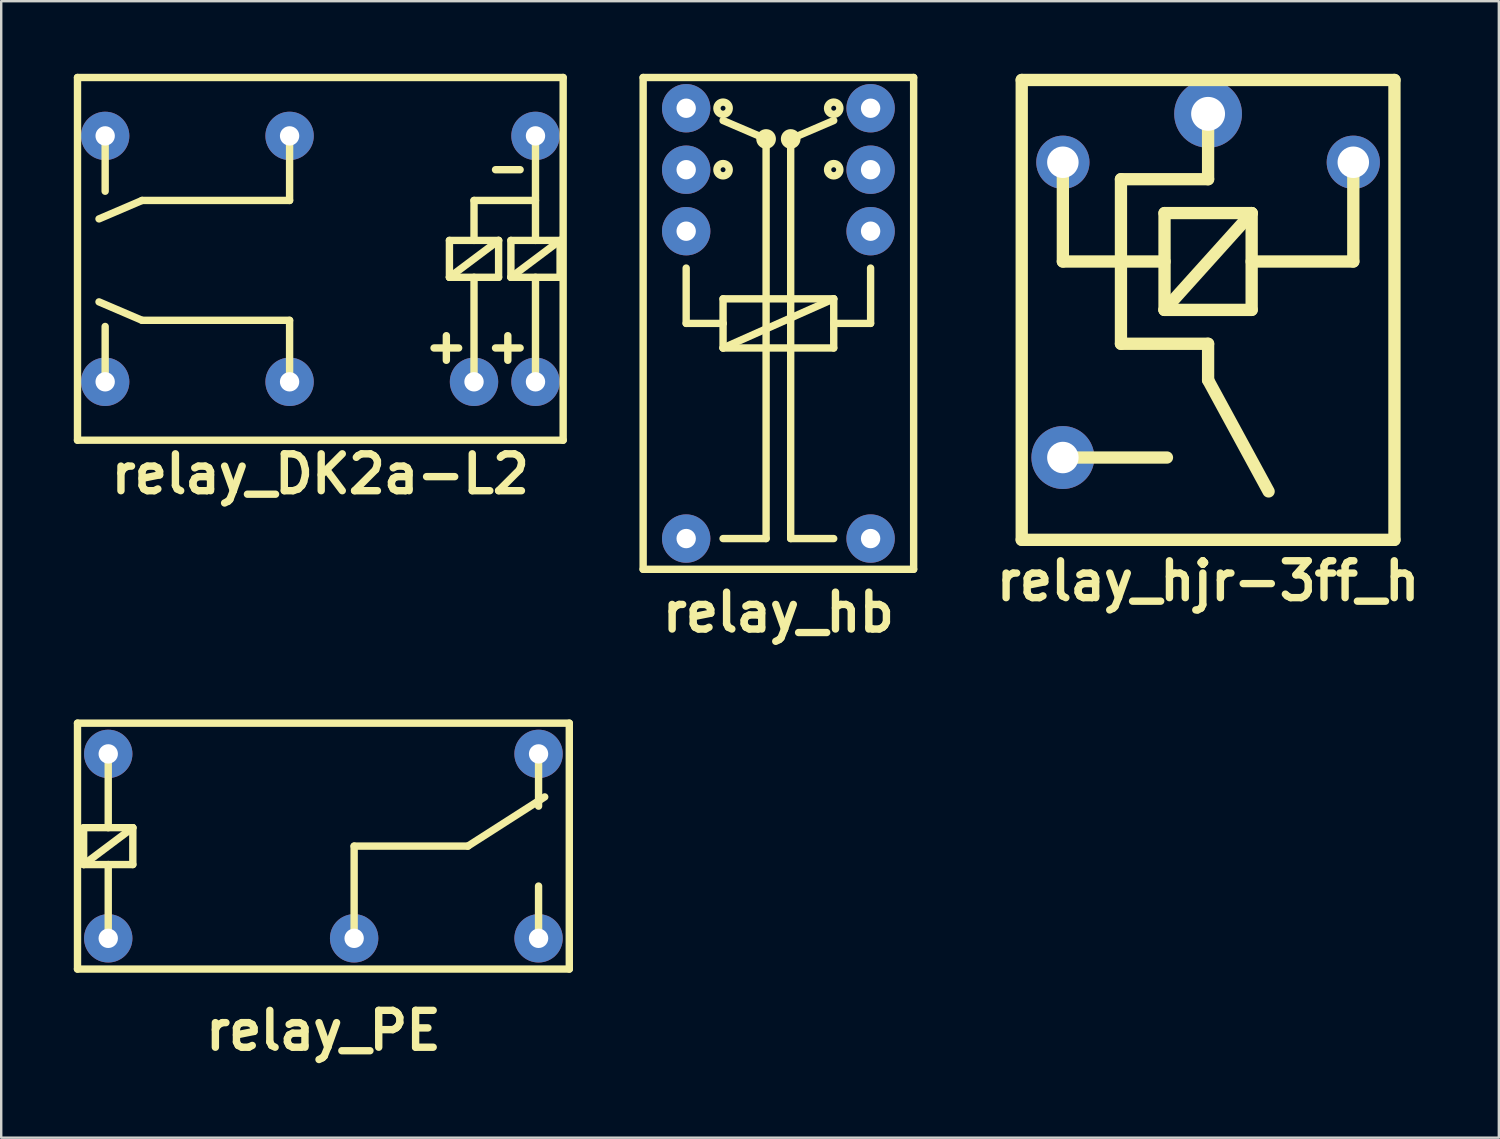
<source format=kicad_pcb>
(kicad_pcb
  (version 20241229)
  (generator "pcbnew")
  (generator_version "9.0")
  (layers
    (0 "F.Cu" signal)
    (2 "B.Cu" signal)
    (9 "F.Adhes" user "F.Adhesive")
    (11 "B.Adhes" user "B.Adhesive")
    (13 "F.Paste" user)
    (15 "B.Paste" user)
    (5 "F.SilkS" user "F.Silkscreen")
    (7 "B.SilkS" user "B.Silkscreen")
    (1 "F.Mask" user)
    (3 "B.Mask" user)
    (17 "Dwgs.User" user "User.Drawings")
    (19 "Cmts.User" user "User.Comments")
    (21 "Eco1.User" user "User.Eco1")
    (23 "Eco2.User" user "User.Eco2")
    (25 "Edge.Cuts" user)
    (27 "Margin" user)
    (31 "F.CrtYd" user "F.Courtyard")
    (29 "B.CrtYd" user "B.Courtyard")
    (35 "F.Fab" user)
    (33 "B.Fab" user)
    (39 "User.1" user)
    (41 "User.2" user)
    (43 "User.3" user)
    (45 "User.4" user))
  (footprint "relay_DK2a-L2"
    (layer "F.Cu")
    (at 10.185 7.645)
    (property "Reference" "relay_DK2a-L2" (at 0 8.89 0) (layer "F.SilkS") (effects (font (size 1.524 1.524) (thickness 0.305))))
    (attr through_hole)
    (fp_line (start -10.033 -7.493) (end -10.033 7.493) (stroke (width 0.305) (type solid)) (layer "F.SilkS"))
    (fp_line (start -10.033 7.493) (end 10.033 7.493) (stroke (width 0.305) (type solid)) (layer "F.SilkS"))
    (fp_line (start -8.89 -5.08) (end -8.89 -2.794) (stroke (width 0.305) (type solid)) (layer "F.SilkS"))
    (fp_line (start -8.89 2.794) (end -8.89 5.08) (stroke (width 0.305) (type solid)) (layer "F.SilkS"))
    (fp_line (start -7.366 -2.413) (end -9.144 -1.651) (stroke (width 0.305) (type solid)) (layer "F.SilkS"))
    (fp_line (start -7.366 2.54) (end -9.144 1.778) (stroke (width 0.305) (type solid)) (layer "F.SilkS"))
    (fp_line (start -1.27 -4.953) (end -1.27 -2.413) (stroke (width 0.305) (type solid)) (layer "F.SilkS"))
    (fp_line (start -1.27 -2.413) (end -7.366 -2.413) (stroke (width 0.305) (type solid)) (layer "F.SilkS"))
    (fp_line (start -1.27 2.54) (end -7.366 2.54) (stroke (width 0.305) (type solid)) (layer "F.SilkS"))
    (fp_line (start -1.27 2.54) (end -1.27 5.08) (stroke (width 0.305) (type solid)) (layer "F.SilkS"))
    (fp_line (start 4.699 3.683) (end 5.715 3.683) (stroke (width 0.305) (type solid)) (layer "F.SilkS"))
    (fp_line (start 5.207 3.175) (end 5.207 4.191) (stroke (width 0.305) (type solid)) (layer "F.SilkS"))
    (fp_line (start 5.334 -0.762) (end 7.366 -0.762) (stroke (width 0.305) (type solid)) (layer "F.SilkS"))
    (fp_line (start 5.334 0.762) (end 5.334 -0.762) (stroke (width 0.305) (type solid)) (layer "F.SilkS"))
    (fp_line (start 6.35 -2.413) (end 8.89 -2.413) (stroke (width 0.305) (type solid)) (layer "F.SilkS"))
    (fp_line (start 6.35 -0.762) (end 6.35 -2.413) (stroke (width 0.305) (type solid)) (layer "F.SilkS"))
    (fp_line (start 6.35 5.08) (end 6.35 0.762) (stroke (width 0.305) (type solid)) (layer "F.SilkS"))
    (fp_line (start 7.239 -3.683) (end 8.255 -3.683) (stroke (width 0.305) (type solid)) (layer "F.SilkS"))
    (fp_line (start 7.239 3.683) (end 8.255 3.683) (stroke (width 0.305) (type solid)) (layer "F.SilkS"))
    (fp_line (start 7.366 -0.762) (end 5.334 0.762) (stroke (width 0.305) (type solid)) (layer "F.SilkS"))
    (fp_line (start 7.366 -0.762) (end 7.366 0.762) (stroke (width 0.305) (type solid)) (layer "F.SilkS"))
    (fp_line (start 7.366 0.762) (end 5.334 0.762) (stroke (width 0.305) (type solid)) (layer "F.SilkS"))
    (fp_line (start 7.747 3.175) (end 7.747 4.191) (stroke (width 0.305) (type solid)) (layer "F.SilkS"))
    (fp_line (start 7.874 -0.762) (end 9.906 -0.762) (stroke (width 0.305) (type solid)) (layer "F.SilkS"))
    (fp_line (start 7.874 0.762) (end 7.874 -0.762) (stroke (width 0.305) (type solid)) (layer "F.SilkS"))
    (fp_line (start 8.89 -0.762) (end 8.89 -5.08) (stroke (width 0.305) (type solid)) (layer "F.SilkS"))
    (fp_line (start 8.89 5.08) (end 8.89 0.762) (stroke (width 0.305) (type solid)) (layer "F.SilkS"))
    (fp_line (start 9.906 -0.762) (end 7.874 0.762) (stroke (width 0.305) (type solid)) (layer "F.SilkS"))
    (fp_line (start 9.906 -0.762) (end 9.906 0.762) (stroke (width 0.305) (type solid)) (layer "F.SilkS"))
    (fp_line (start 9.906 0.762) (end 7.874 0.762) (stroke (width 0.305) (type solid)) (layer "F.SilkS"))
    (fp_line (start 10.033 -7.493) (end -10.033 -7.493) (stroke (width 0.305) (type solid)) (layer "F.SilkS"))
    (fp_line (start 10.033 7.493) (end 10.033 -7.493) (stroke (width 0.305) (type solid)) (layer "F.SilkS"))
    (pad "1" thru_hole circle (at 8.89 -5.08 180) (size 1.999 1.999) (drill 0.8) (layers "*.Cu"))
    (pad "3" thru_hole circle (at -1.27 -5.08 180) (size 1.999 1.999) (drill 0.8) (layers "*.Cu"))
    (pad "4" thru_hole circle (at -8.89 -5.08 180) (size 1.999 1.999) (drill 0.8) (layers "*.Cu"))
    (pad "5" thru_hole circle (at -8.89 5.08 180) (size 1.999 1.999) (drill 0.8) (layers "*.Cu"))
    (pad "6" thru_hole circle (at -1.27 5.08 180) (size 1.999 1.999) (drill 0.8) (layers "*.Cu"))
    (pad "7" thru_hole circle (at 6.35 5.08 180) (size 1.999 1.999) (drill 0.8) (layers "*.Cu"))
    (pad "8" thru_hole circle (at 8.89 5.08 180) (size 1.999 1.999) (drill 0.8) (layers "*.Cu")))
  (footprint "relay_hjr-3ff_h"
    (layer "F.Cu")
    (at 46.865 9.754)
    (property "Reference" "relay_hjr-3ff_h" (at 0 11.2 0) (layer "F.SilkS") (effects (font (size 1.524 1.524) (thickness 0.305))))
    (attr through_hole)
    (fp_line (start -7.7 -9.5) (end -7.7 9.5) (stroke (width 0.508) (type solid)) (layer "F.SilkS"))
    (fp_line (start -7.7 -9.5) (end 7.7 -9.5) (stroke (width 0.508) (type solid)) (layer "F.SilkS"))
    (fp_line (start -7.7 9.5) (end 7.7 9.5) (stroke (width 0.508) (type solid)) (layer "F.SilkS"))
    (fp_line (start -6 -6.1) (end -6 -2) (stroke (width 0.508) (type solid)) (layer "F.SilkS"))
    (fp_line (start -3.6 1.4) (end -3.6 -5.4) (stroke (width 0.508) (type solid)) (layer "F.SilkS"))
    (fp_line (start -1.8 -4) (end 1.8 -4) (stroke (width 0.508) (type solid)) (layer "F.SilkS"))
    (fp_line (start -1.8 -2) (end -6 -2) (stroke (width 0.508) (type solid)) (layer "F.SilkS"))
    (fp_line (start -1.8 0) (end -1.8 -4) (stroke (width 0.508) (type solid)) (layer "F.SilkS"))
    (fp_line (start -1.8 0) (end 1.8 -4) (stroke (width 0.508) (type solid)) (layer "F.SilkS"))
    (fp_line (start -1.7 6.1) (end -6 6.1) (stroke (width 0.508) (type solid)) (layer "F.SilkS"))
    (fp_line (start 0 -8.1) (end 0 -5.4) (stroke (width 0.508) (type solid)) (layer "F.SilkS"))
    (fp_line (start 0 -5.4) (end -3.6 -5.4) (stroke (width 0.508) (type solid)) (layer "F.SilkS"))
    (fp_line (start 0 1.4) (end -3.6 1.4) (stroke (width 0.508) (type solid)) (layer "F.SilkS"))
    (fp_line (start 0 1.4) (end 0 2.9) (stroke (width 0.508) (type solid)) (layer "F.SilkS"))
    (fp_line (start 0 2.9) (end 2.5 7.5) (stroke (width 0.508) (type solid)) (layer "F.SilkS"))
    (fp_line (start 1.8 -4) (end 1.8 0) (stroke (width 0.508) (type solid)) (layer "F.SilkS"))
    (fp_line (start 1.8 0) (end -1.8 0) (stroke (width 0.508) (type solid)) (layer "F.SilkS"))
    (fp_line (start 6 -6.1) (end 6 -2) (stroke (width 0.508) (type solid)) (layer "F.SilkS"))
    (fp_line (start 6 -2) (end 1.8 -2) (stroke (width 0.508) (type solid)) (layer "F.SilkS"))
    (fp_line (start 7.7 -9.5) (end 7.7 9.5) (stroke (width 0.508) (type solid)) (layer "F.SilkS"))
    (pad "1" thru_hole circle (at 0 -8.1) (size 2.8 2.8) (drill 1.4) (layers "*.Cu"))
    (pad "2" thru_hole circle (at -6 -6.1) (size 2.2 2.2) (drill 1.3) (layers "*.Cu"))
    (pad "3" thru_hole circle (at -6 6.1) (size 2.6 2.6) (drill 1.3) (layers "*.Cu"))
    (pad "5" thru_hole circle (at 6 -6.1) (size 2.2 2.2) (drill 1.3) (layers "*.Cu")))
  (footprint "relay_hb"
    (layer "F.Cu")
    (at 29.111 10.312)
    (property "Reference" "relay_hb" (at 0 11.938 0) (layer "F.SilkS") (effects (font (size 1.524 1.524) (thickness 0.305))))
    (attr through_hole)
    (fp_line (start -5.588 -10.16) (end 5.588 -10.16) (stroke (width 0.305) (type solid)) (layer "F.SilkS"))
    (fp_line (start -5.588 10.16) (end -5.588 -10.16) (stroke (width 0.305) (type solid)) (layer "F.SilkS"))
    (fp_line (start -3.81 -2.286) (end -3.81 0) (stroke (width 0.305) (type solid)) (layer "F.SilkS"))
    (fp_line (start -3.81 0) (end -2.286 0) (stroke (width 0.305) (type solid)) (layer "F.SilkS"))
    (fp_line (start -2.286 -1.016) (end 2.286 -1.016) (stroke (width 0.305) (type solid)) (layer "F.SilkS"))
    (fp_line (start -2.286 0) (end -2.286 -1.016) (stroke (width 0.305) (type solid)) (layer "F.SilkS"))
    (fp_line (start -2.286 1.016) (end -2.286 0) (stroke (width 0.305) (type solid)) (layer "F.SilkS"))
    (fp_line (start -2.286 1.016) (end 2.286 -1.016) (stroke (width 0.305) (type solid)) (layer "F.SilkS"))
    (fp_line (start -0.508 -7.62) (end -2.286 -8.382) (stroke (width 0.305) (type solid)) (layer "F.SilkS"))
    (fp_line (start -0.508 8.89) (end -2.286 8.89) (stroke (width 0.305) (type solid)) (layer "F.SilkS"))
    (fp_line (start -0.508 8.89) (end -0.508 -7.62) (stroke (width 0.305) (type solid)) (layer "F.SilkS"))
    (fp_line (start 0.508 -7.62) (end 0.508 8.89) (stroke (width 0.305) (type solid)) (layer "F.SilkS"))
    (fp_line (start 0.508 -7.62) (end 2.286 -8.382) (stroke (width 0.305) (type solid)) (layer "F.SilkS"))
    (fp_line (start 2.286 -1.016) (end 2.286 1.016) (stroke (width 0.305) (type solid)) (layer "F.SilkS"))
    (fp_line (start 2.286 0) (end 3.81 0) (stroke (width 0.305) (type solid)) (layer "F.SilkS"))
    (fp_line (start 2.286 1.016) (end -2.286 1.016) (stroke (width 0.305) (type solid)) (layer "F.SilkS"))
    (fp_line (start 2.286 8.89) (end 0.508 8.89) (stroke (width 0.305) (type solid)) (layer "F.SilkS"))
    (fp_line (start 3.81 0) (end 3.81 -2.286) (stroke (width 0.305) (type solid)) (layer "F.SilkS"))
    (fp_line (start 5.588 -10.16) (end 5.588 10.16) (stroke (width 0.305) (type solid)) (layer "F.SilkS"))
    (fp_line (start 5.588 10.16) (end -5.588 10.16) (stroke (width 0.305) (type solid)) (layer "F.SilkS"))
    (fp_circle (center -2.286 -8.89) (end -2.286 -9.144) (stroke (width 0.305) (type solid)) (fill no) (layer "F.SilkS"))
    (fp_circle (center -2.286 -6.35) (end -2.286 -6.604) (stroke (width 0.305) (type solid)) (fill no) (layer "F.SilkS"))
    (fp_circle (center -0.508 -7.62) (end -0.254 -7.62) (stroke (width 0.305) (type solid)) (fill no) (layer "F.SilkS"))
    (fp_circle (center 0.508 -7.62) (end 0.508 -7.366) (stroke (width 0.305) (type solid)) (fill no) (layer "F.SilkS"))
    (fp_circle (center 2.286 -8.89) (end 2.032 -8.89) (stroke (width 0.305) (type solid)) (fill no) (layer "F.SilkS"))
    (fp_circle (center 2.286 -6.35) (end 2.286 -6.096) (stroke (width 0.305) (type solid)) (fill no) (layer "F.SilkS"))
    (pad "1" thru_hole circle (at -3.81 -8.89 180) (size 1.999 1.999) (drill 0.8) (layers "*.Cu"))
    (pad "2" thru_hole circle (at -3.81 -6.35 180) (size 1.999 1.999) (drill 0.8) (layers "*.Cu"))
    (pad "3" thru_hole circle (at -3.81 -3.81 180) (size 1.999 1.999) (drill 0.8) (layers "*.Cu"))
    (pad "8" thru_hole circle (at -3.81 8.89 180) (size 1.999 1.999) (drill 0.8) (layers "*.Cu"))
    (pad "9" thru_hole circle (at 3.81 8.89 180) (size 1.999 1.999) (drill 0.8) (layers "*.Cu"))
    (pad "14" thru_hole circle (at 3.81 -3.81 180) (size 1.999 1.999) (drill 0.8) (layers "*.Cu"))
    (pad "15" thru_hole circle (at 3.81 -6.35 180) (size 1.999 1.999) (drill 0.8) (layers "*.Cu"))
    (pad "16" thru_hole circle (at 3.81 -8.89 180) (size 1.999 1.999) (drill 0.8) (layers "*.Cu")))
  (footprint "relay_PE"
    (layer "F.Cu")
    (at 10.312 31.909)
    (property "Reference" "relay_PE" (at 0 7.62 0) (layer "F.SilkS") (effects (font (size 1.524 1.524) (thickness 0.305))))
    (attr through_hole)
    (fp_line (start -10.16 -5.08) (end -10.16 5.08) (stroke (width 0.305) (type solid)) (layer "F.SilkS"))
    (fp_line (start -10.16 5.08) (end 10.16 5.08) (stroke (width 0.305) (type solid)) (layer "F.SilkS"))
    (fp_line (start -9.906 -0.762) (end -7.874 -0.762) (stroke (width 0.305) (type solid)) (layer "F.SilkS"))
    (fp_line (start -9.906 0.762) (end -9.906 -0.762) (stroke (width 0.305) (type solid)) (layer "F.SilkS"))
    (fp_line (start -9.906 0.762) (end -7.874 -0.762) (stroke (width 0.305) (type solid)) (layer "F.SilkS"))
    (fp_line (start -8.89 -3.81) (end -8.89 -0.762) (stroke (width 0.305) (type solid)) (layer "F.SilkS"))
    (fp_line (start -8.89 3.81) (end -8.89 0.762) (stroke (width 0.305) (type solid)) (layer "F.SilkS"))
    (fp_line (start -7.874 -0.762) (end -7.874 0.762) (stroke (width 0.305) (type solid)) (layer "F.SilkS"))
    (fp_line (start -7.874 0.762) (end -9.906 0.762) (stroke (width 0.305) (type solid)) (layer "F.SilkS"))
    (fp_line (start 1.27 0) (end 5.969 0) (stroke (width 0.305) (type solid)) (layer "F.SilkS"))
    (fp_line (start 1.27 3.81) (end 1.27 0) (stroke (width 0.305) (type solid)) (layer "F.SilkS"))
    (fp_line (start 5.969 0) (end 9.144 -2.032) (stroke (width 0.305) (type solid)) (layer "F.SilkS"))
    (fp_line (start 8.89 -1.651) (end 8.89 -3.81) (stroke (width 0.305) (type solid)) (layer "F.SilkS"))
    (fp_line (start 8.89 3.81) (end 8.89 1.651) (stroke (width 0.305) (type solid)) (layer "F.SilkS"))
    (fp_line (start 10.16 -5.08) (end -10.16 -5.08) (stroke (width 0.305) (type solid)) (layer "F.SilkS"))
    (fp_line (start 10.16 5.08) (end 10.16 -5.08) (stroke (width 0.305) (type solid)) (layer "F.SilkS"))
    (pad "1" thru_hole circle (at -8.89 3.81 180) (size 1.999 1.999) (drill 0.8) (layers "*.Cu"))
    (pad "2" thru_hole circle (at -8.89 -3.81 180) (size 1.999 1.999) (drill 0.8) (layers "*.Cu"))
    (pad "11" thru_hole circle (at 1.27 3.81 180) (size 1.999 1.999) (drill 0.8) (layers "*.Cu"))
    (pad "12" thru_hole circle (at 8.89 -3.81) (size 1.999 1.999) (drill 0.798) (layers "*.Cu"))
    (pad "14" thru_hole circle (at 8.89 3.81 180) (size 1.999 1.999) (drill 0.8) (layers "*.Cu")))
  (gr_rect
    (start -3 -3)
    (end 58.878 43.956)
    (stroke (width 0.1) (type default))
    (fill no)
    (layer "Edge.Cuts")))
</source>
